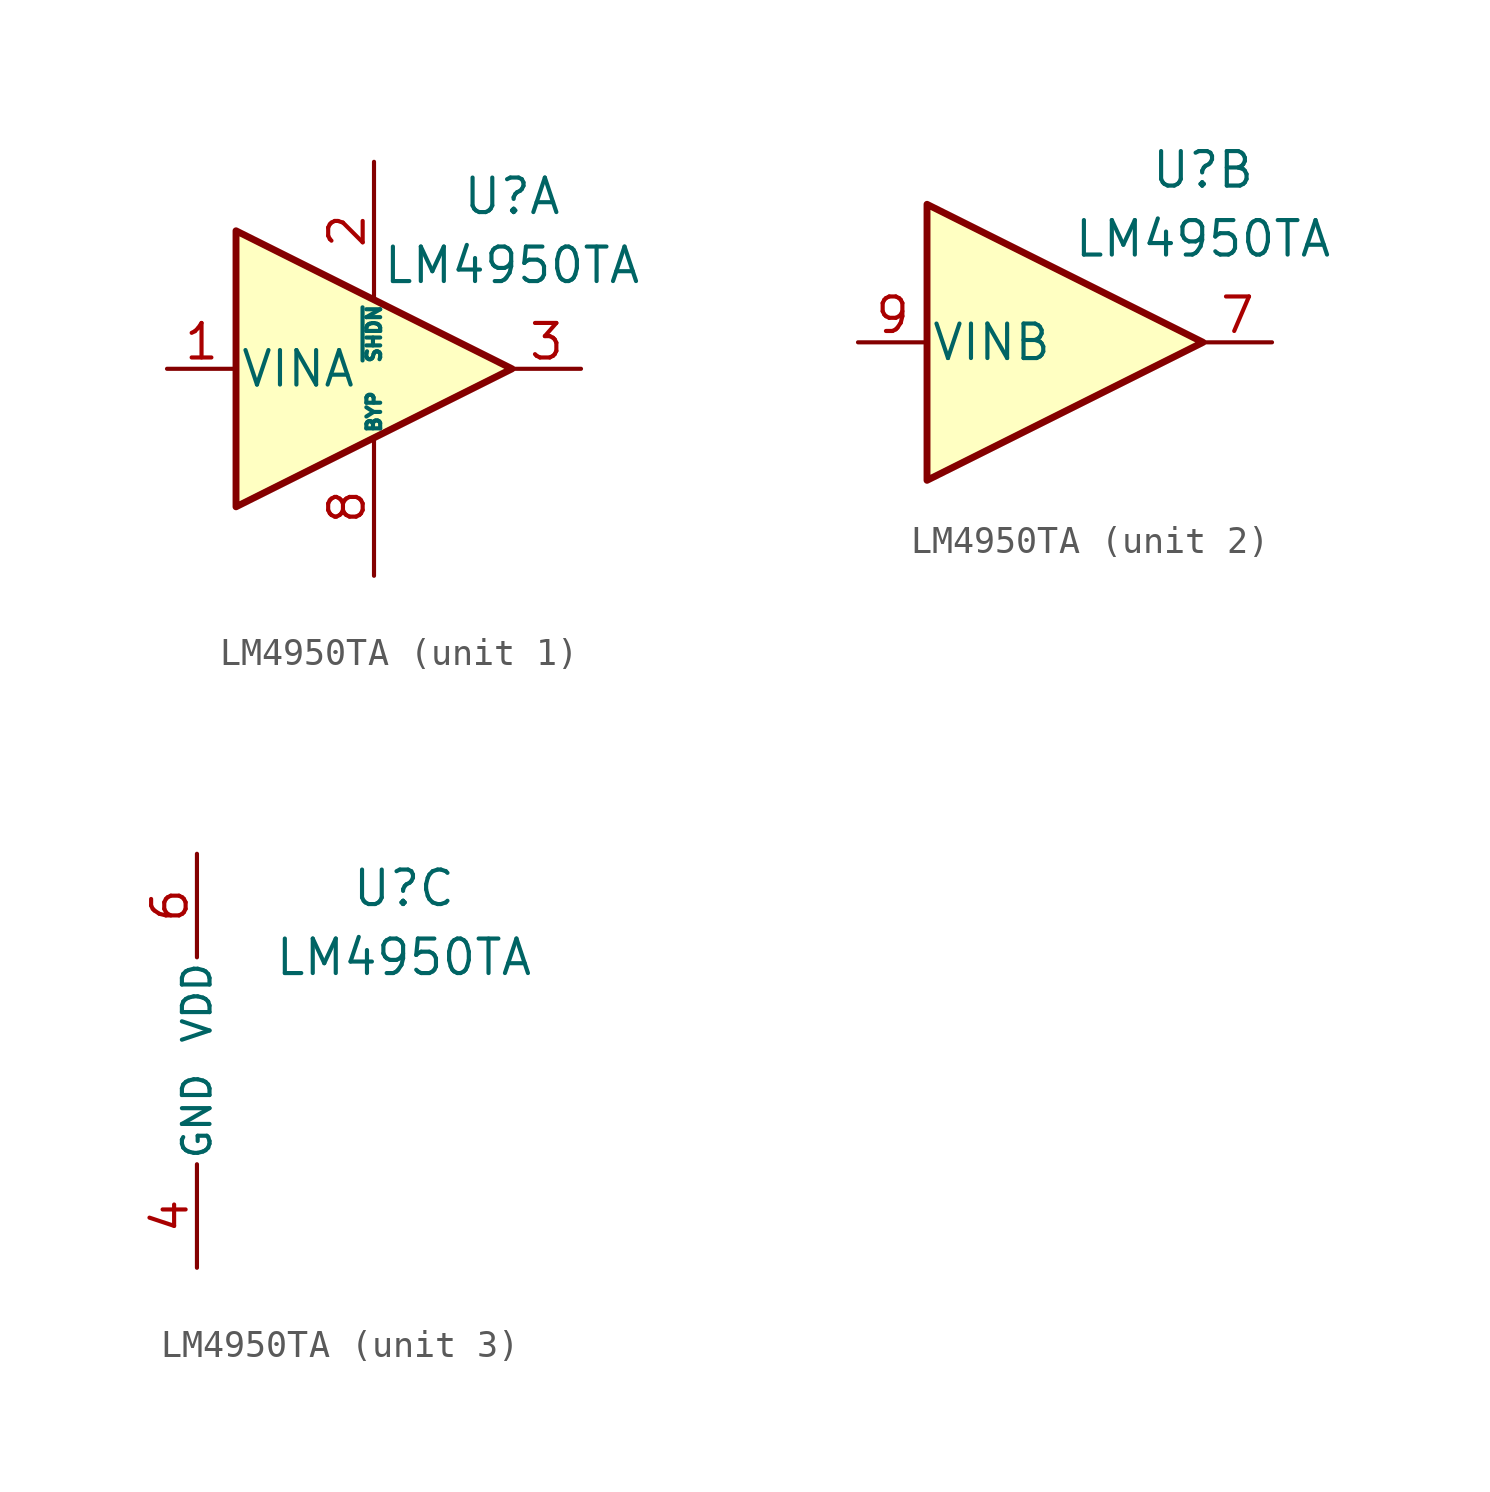
<source format=kicad_sym>
(kicad_symbol_lib
  (version 20241209)
  (generator "kicad_symbol_editor")
  (generator_version "9.0")
  (symbol "LM4950TA"
    (pin_names
      (offset 0.127))
    (property "Reference" "U"
      (at 5.08 6.35 0)
      (effects (font (size 1.27 1.27))))
    (property "Value" "LM4950TA"
      (at 5.08 3.81 0)
      (effects (font (size 1.27 1.27))))
    (property "ki_locked" ""
      (at 0 0 0)
      (effects (font (size 1.27 1.27))))
    (symbol "LM4950TA_1_1"
      (polyline (pts (xy -5.08 5.08) (xy 5.08 0) (xy -5.08 -5.08) (xy -5.08 5.08)) (stroke (width 0.254) (type default)) (fill (type background)))
      (pin input line (at -7.62 0 0) (length 2.54) (name "VINA" (effects (font (size 1.27 1.27)))) (number "1" (effects (font (size 1.27 1.27)))))
      (pin input line (at 0 7.62 270) (length 5.08) (name "~{SHDN}" (effects (font (size 0.508 0.508)))) (number "2" (effects (font (size 1.27 1.27)))))
      (pin passive line (at 0 -7.62 90) (length 5.08) (name "BYP" (effects (font (size 0.508 0.508)))) (number "8" (effects (font (size 1.27 1.27)))))
      (pin output line (at 7.62 0 180) (length 2.54) (name "~" (effects (font (size 1.27 1.27)))) (number "3" (effects (font (size 1.27 1.27))))))
    (symbol "LM4950TA_2_1"
      (polyline (pts (xy -5.08 5.08) (xy 5.08 0) (xy -5.08 -5.08) (xy -5.08 5.08)) (stroke (width 0.254) (type default)) (fill (type background)))
      (pin input line (at -7.62 0 0) (length 2.54) (name "VINB" (effects (font (size 1.27 1.27)))) (number "9" (effects (font (size 1.27 1.27)))))
      (pin output line (at 7.62 0 180) (length 2.54) (name "~" (effects (font (size 1.27 1.27)))) (number "7" (effects (font (size 1.27 1.27))))))
    (symbol "LM4950TA_3_1"
      (pin power_in line (at -2.54 7.62 270) (length 3.81) (name "VDD" (effects (font (size 1.016 1.016)))) (number "6" (effects (font (size 1.27 1.27)))))
      (pin power_in line (at -2.54 -7.62 90) (length 3.81) (name "GND" (effects (font (size 1.016 1.016)))) (number "4" (effects (font (size 1.27 1.27)))))
      (pin passive line (at -2.54 -7.62 90) (length 3.81) (hide yes) (name "GND" (effects (font (size 1.016 1.016)))) (number "5" (effects (font (size 1.27 1.27))))))))
</source>
